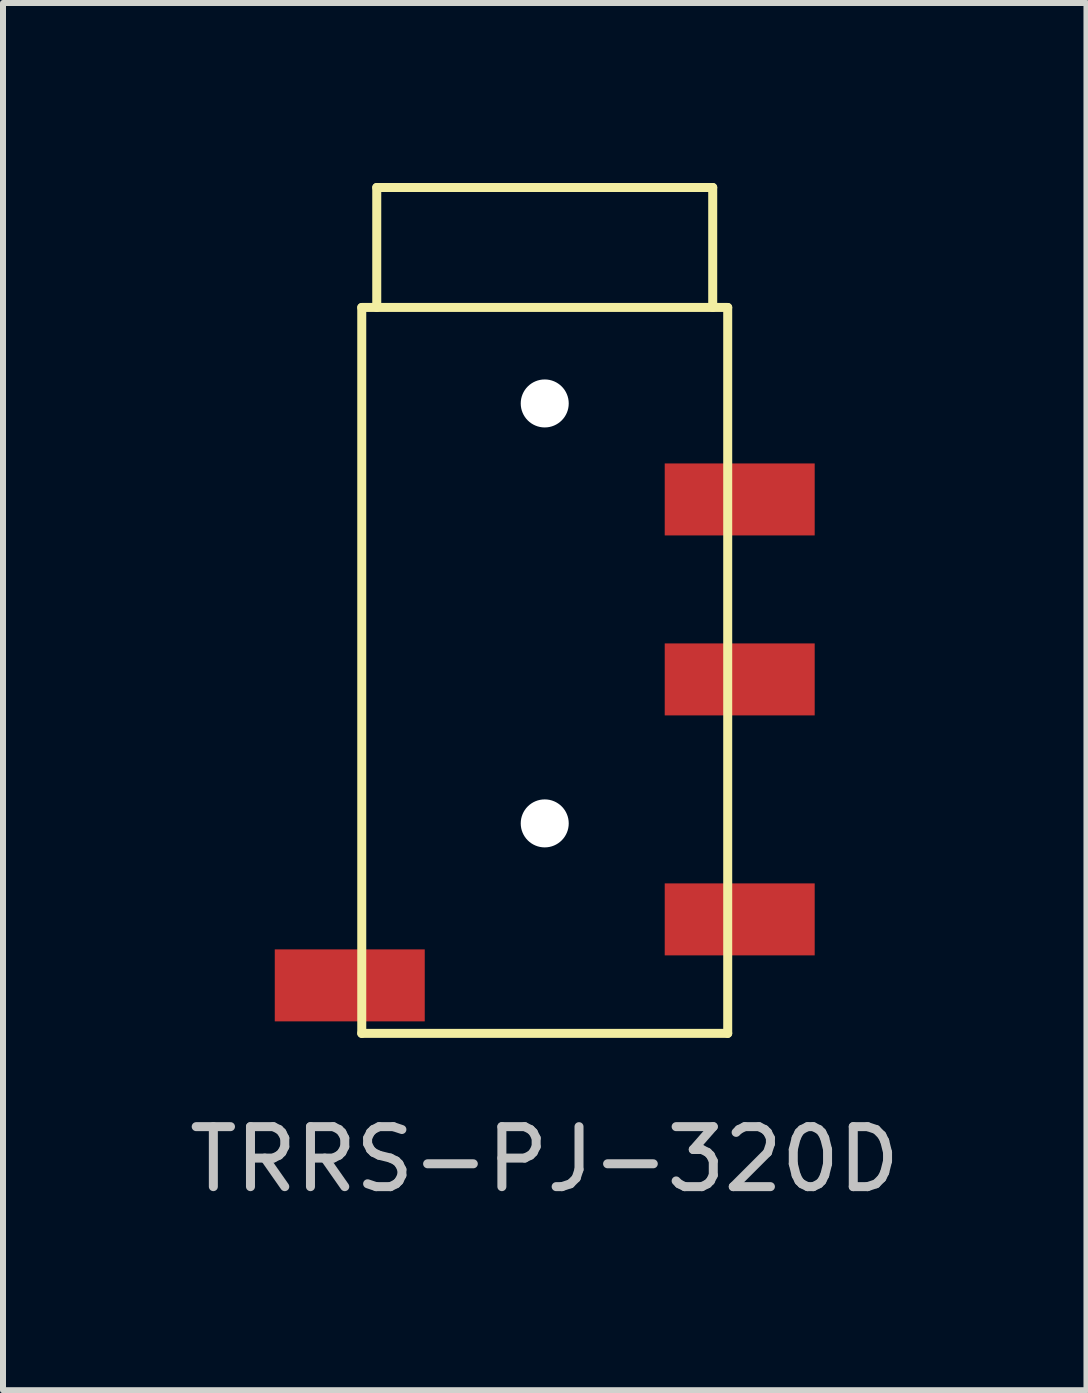
<source format=kicad_pcb>
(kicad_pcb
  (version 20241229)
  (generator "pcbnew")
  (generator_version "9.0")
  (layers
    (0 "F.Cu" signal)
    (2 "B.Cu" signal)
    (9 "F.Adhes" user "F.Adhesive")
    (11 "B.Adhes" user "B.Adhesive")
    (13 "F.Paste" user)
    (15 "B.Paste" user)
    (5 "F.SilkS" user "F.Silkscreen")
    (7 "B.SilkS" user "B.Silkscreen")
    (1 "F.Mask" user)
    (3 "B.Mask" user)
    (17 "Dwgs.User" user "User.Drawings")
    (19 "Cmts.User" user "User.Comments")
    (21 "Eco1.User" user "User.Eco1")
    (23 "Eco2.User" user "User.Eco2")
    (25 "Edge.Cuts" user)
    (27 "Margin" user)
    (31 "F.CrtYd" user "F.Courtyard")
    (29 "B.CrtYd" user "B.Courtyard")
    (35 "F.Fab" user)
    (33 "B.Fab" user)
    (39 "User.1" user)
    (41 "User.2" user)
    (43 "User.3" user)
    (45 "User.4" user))
  (footprint "TRRS-PJ-320D"
    (layer "F.Cu")
    (at 6.03 2.075)
    (property "Reference" "TRRS-PJ-320D" (at 0 14.2 0) (layer "Dwgs.User") (effects (font (size 1 1) (thickness 0.15))))
    (attr through_hole)
    (fp_line (start -3.05 0) (end -3.05 12.1) (stroke (width 0.15) (type solid)) (layer "F.SilkS"))
    (fp_line (start -2.8 0) (end -2.8 -2) (stroke (width 0.15) (type solid)) (layer "F.SilkS"))
    (fp_line (start 2.8 -2) (end -2.8 -2) (stroke (width 0.15) (type solid)) (layer "F.SilkS"))
    (fp_line (start 2.8 0) (end 2.8 -2) (stroke (width 0.15) (type solid)) (layer "F.SilkS"))
    (fp_line (start 3.05 0) (end -3.05 0) (stroke (width 0.15) (type solid)) (layer "F.SilkS"))
    (fp_line (start 3.05 0) (end 3.05 12.1) (stroke (width 0.15) (type solid)) (layer "F.SilkS"))
    (fp_line (start 3.05 12.1) (end -3.05 12.1) (stroke (width 0.15) (type solid)) (layer "F.SilkS"))
    (pad "" np_thru_hole circle (at 0 1.6) (size 0.8 0.8) (drill 0.8) (layers "*.Cu" "*.Mask"))
    (pad "" np_thru_hole circle (at 0 8.6) (size 0.8 0.8) (drill 0.8) (layers "*.Cu" "*.Mask"))
    (pad "1" smd rect (at -3.25 11.3) (size 2.5 1.2) (layers "F.Cu" "F.Mask" "F.Paste"))
    (pad "2" smd rect (at 3.25 10.2) (size 2.5 1.2) (layers "F.Cu" "F.Mask" "F.Paste"))
    (pad "3" smd rect (at 3.25 6.2) (size 2.5 1.2) (layers "F.Cu" "F.Mask" "F.Paste"))
    (pad "4" smd rect (at 3.25 3.2) (size 2.5 1.2) (layers "F.Cu" "F.Mask" "F.Paste")))
  (gr_rect
    (start -3 -3)
    (end 15.06 20.123)
    (stroke (width 0.1) (type default))
    (fill no)
    (layer "Edge.Cuts")))
</source>
